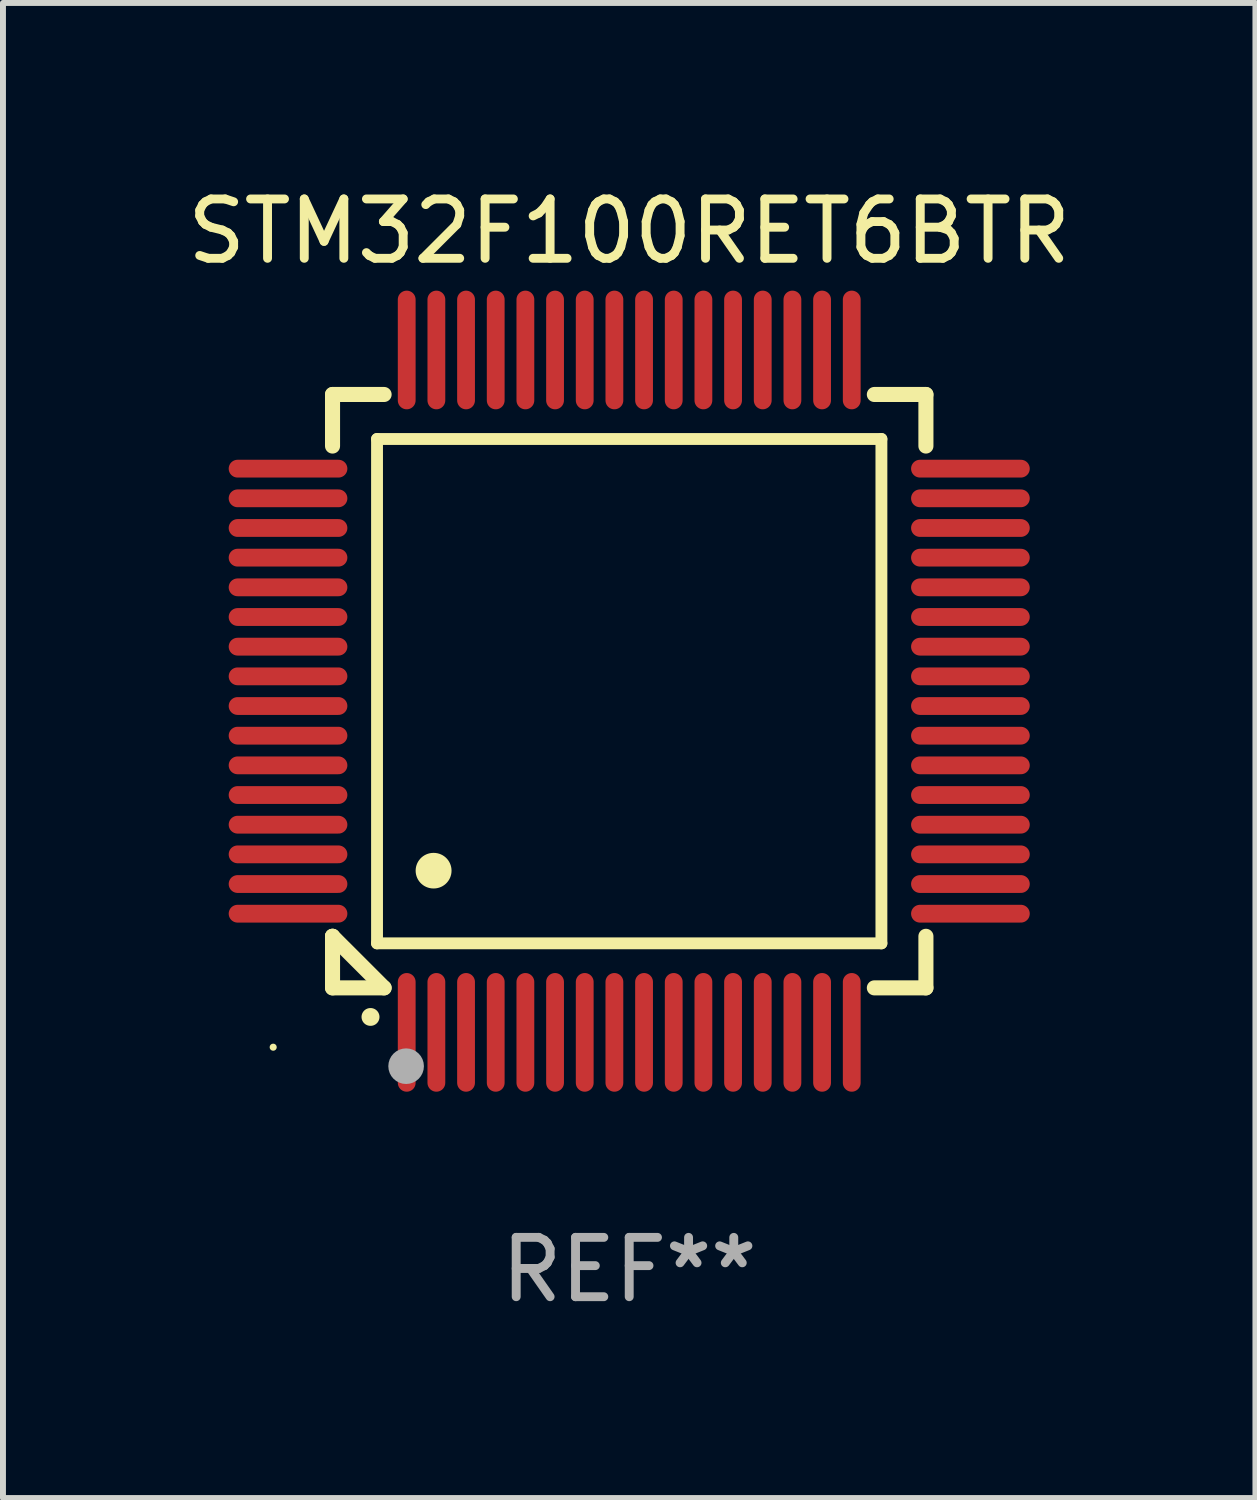
<source format=kicad_pcb>
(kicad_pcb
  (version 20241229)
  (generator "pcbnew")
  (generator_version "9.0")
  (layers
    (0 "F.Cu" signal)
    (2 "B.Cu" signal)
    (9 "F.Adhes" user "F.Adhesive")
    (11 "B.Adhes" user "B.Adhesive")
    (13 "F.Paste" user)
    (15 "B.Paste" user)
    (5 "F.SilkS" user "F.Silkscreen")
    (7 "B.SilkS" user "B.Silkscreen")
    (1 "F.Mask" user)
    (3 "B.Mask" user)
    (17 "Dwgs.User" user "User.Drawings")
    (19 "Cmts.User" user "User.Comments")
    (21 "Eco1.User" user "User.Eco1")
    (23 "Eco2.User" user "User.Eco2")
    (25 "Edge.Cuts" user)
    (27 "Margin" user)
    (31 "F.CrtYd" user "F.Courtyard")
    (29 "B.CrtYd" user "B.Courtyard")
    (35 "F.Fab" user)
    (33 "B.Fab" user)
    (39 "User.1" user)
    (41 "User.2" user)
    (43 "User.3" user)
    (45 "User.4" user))
  (footprint "STM32F100RET6BTR"
    (layer "F.Cu")
    (at 7.554 8.598)
    (property "Reference" "STM32F100RET6BTR" (at 0 -7.75 0) (layer "F.SilkS") (effects (font (size 1 1) (thickness 0.15))))
    (attr through_hole)
    (fp_line (start -5 -5) (end -4.131 -5) (stroke (width 0.254) (type solid)) (layer "F.SilkS"))
    (fp_line (start -5 -4.131) (end -5 -5) (stroke (width 0.254) (type solid)) (layer "F.SilkS"))
    (fp_line (start -5 4.131) (end -5 4.131) (stroke (width 0.254) (type solid)) (layer "F.SilkS"))
    (fp_line (start -5 5) (end -5 4.131) (stroke (width 0.254) (type solid)) (layer "F.SilkS"))
    (fp_line (start -5 4.131) (end -4.131 5) (stroke (width 0.254) (type solid)) (layer "F.SilkS"))
    (fp_line (start -4.25 -4.25) (end -4.25 4.25) (stroke (width 0.2) (type solid)) (layer "F.SilkS"))
    (fp_line (start -4.25 4.25) (end 4.25 4.25) (stroke (width 0.2) (type solid)) (layer "F.SilkS"))
    (fp_line (start -4.131 5) (end -5 5) (stroke (width 0.254) (type solid)) (layer "F.SilkS"))
    (fp_line (start 4.25 -4.25) (end -4.25 -4.25) (stroke (width 0.2) (type solid)) (layer "F.SilkS"))
    (fp_line (start 4.25 4.25) (end 4.25 -4.25) (stroke (width 0.2) (type solid)) (layer "F.SilkS"))
    (fp_line (start 5 -5) (end 4.131 -5) (stroke (width 0.254) (type solid)) (layer "F.SilkS"))
    (fp_line (start 5 -5) (end 5 -4.131) (stroke (width 0.254) (type solid)) (layer "F.SilkS"))
    (fp_line (start 5 4.131) (end 5 5) (stroke (width 0.254) (type solid)) (layer "F.SilkS"))
    (fp_line (start 5 5) (end 4.131 5) (stroke (width 0.254) (type solid)) (layer "F.SilkS"))
    (fp_arc (start -4.361265 5.489992) (mid -4.359995 5.489987) (end -4.358725 5.489992) (stroke (width 0.3) (type solid)) (layer "F.SilkS"))
    (fp_arc (start -3.299467 3.025146) (mid -3.296927 3.025135) (end -3.294387 3.025146) (stroke (width 0.6) (type solid)) (layer "F.SilkS"))
    (fp_circle (center -6 6) (end -5.97 6) (stroke (width 0.06) (type solid)) (fill no) (layer "F.SilkS"))
    (fp_circle (center -3.76 6.32) (end -3.61 6.32) (stroke (width 0.3) (type solid)) (fill no) (layer "F.Fab"))
    (fp_text user "REF**" (at 0 9.75 0) (layer "F.Fab") (effects (font (size 1 1) (thickness 0.15))))
    (pad "1" smd oval (at -3.75 5.75) (size 0.3 2) (layers "F.Cu" "F.Mask" "F.Paste"))
    (pad "2" smd oval (at -3.25 5.75) (size 0.3 2) (layers "F.Cu" "F.Mask" "F.Paste"))
    (pad "3" smd oval (at -2.75 5.75) (size 0.3 2) (layers "F.Cu" "F.Mask" "F.Paste"))
    (pad "4" smd oval (at -2.25 5.75) (size 0.3 2) (layers "F.Cu" "F.Mask" "F.Paste"))
    (pad "5" smd oval (at -1.75 5.75) (size 0.3 2) (layers "F.Cu" "F.Mask" "F.Paste"))
    (pad "6" smd oval (at -1.25 5.75) (size 0.3 2) (layers "F.Cu" "F.Mask" "F.Paste"))
    (pad "7" smd oval (at -0.75 5.75) (size 0.3 2) (layers "F.Cu" "F.Mask" "F.Paste"))
    (pad "8" smd oval (at -0.25 5.75) (size 0.3 2) (layers "F.Cu" "F.Mask" "F.Paste"))
    (pad "9" smd oval (at 0.25 5.75) (size 0.3 2) (layers "F.Cu" "F.Mask" "F.Paste"))
    (pad "10" smd oval (at 0.75 5.75) (size 0.3 2) (layers "F.Cu" "F.Mask" "F.Paste"))
    (pad "11" smd oval (at 1.25 5.75) (size 0.3 2) (layers "F.Cu" "F.Mask" "F.Paste"))
    (pad "12" smd oval (at 1.75 5.75) (size 0.3 2) (layers "F.Cu" "F.Mask" "F.Paste"))
    (pad "13" smd oval (at 2.25 5.75) (size 0.3 2) (layers "F.Cu" "F.Mask" "F.Paste"))
    (pad "14" smd oval (at 2.75 5.75) (size 0.3 2) (layers "F.Cu" "F.Mask" "F.Paste"))
    (pad "15" smd oval (at 3.25 5.75) (size 0.3 2) (layers "F.Cu" "F.Mask" "F.Paste"))
    (pad "16" smd oval (at 3.75 5.75) (size 0.3 2) (layers "F.Cu" "F.Mask" "F.Paste"))
    (pad "17" smd oval (at 5.75 3.75) (size 2 0.3) (layers "F.Cu" "F.Mask" "F.Paste"))
    (pad "18" smd oval (at 5.75 3.25) (size 2 0.3) (layers "F.Cu" "F.Mask" "F.Paste"))
    (pad "19" smd oval (at 5.75 2.75) (size 2 0.3) (layers "F.Cu" "F.Mask" "F.Paste"))
    (pad "20" smd oval (at 5.75 2.25) (size 2 0.3) (layers "F.Cu" "F.Mask" "F.Paste"))
    (pad "21" smd oval (at 5.75 1.75) (size 2 0.3) (layers "F.Cu" "F.Mask" "F.Paste"))
    (pad "22" smd oval (at 5.75 1.25) (size 2 0.3) (layers "F.Cu" "F.Mask" "F.Paste"))
    (pad "23" smd oval (at 5.75 0.75) (size 2 0.3) (layers "F.Cu" "F.Mask" "F.Paste"))
    (pad "24" smd oval (at 5.75 0.25) (size 2 0.3) (layers "F.Cu" "F.Mask" "F.Paste"))
    (pad "25" smd oval (at 5.75 -0.25) (size 2 0.3) (layers "F.Cu" "F.Mask" "F.Paste"))
    (pad "26" smd oval (at 5.75 -0.75) (size 2 0.3) (layers "F.Cu" "F.Mask" "F.Paste"))
    (pad "27" smd oval (at 5.75 -1.25) (size 2 0.3) (layers "F.Cu" "F.Mask" "F.Paste"))
    (pad "28" smd oval (at 5.75 -1.75) (size 2 0.3) (layers "F.Cu" "F.Mask" "F.Paste"))
    (pad "29" smd oval (at 5.75 -2.25) (size 2 0.3) (layers "F.Cu" "F.Mask" "F.Paste"))
    (pad "30" smd oval (at 5.75 -2.75) (size 2 0.3) (layers "F.Cu" "F.Mask" "F.Paste"))
    (pad "31" smd oval (at 5.75 -3.25) (size 2 0.3) (layers "F.Cu" "F.Mask" "F.Paste"))
    (pad "32" smd oval (at 5.75 -3.75) (size 2 0.3) (layers "F.Cu" "F.Mask" "F.Paste"))
    (pad "33" smd oval (at 3.75 -5.75) (size 0.3 2) (layers "F.Cu" "F.Mask" "F.Paste"))
    (pad "34" smd oval (at 3.25 -5.75) (size 0.3 2) (layers "F.Cu" "F.Mask" "F.Paste"))
    (pad "35" smd oval (at 2.75 -5.75) (size 0.3 2) (layers "F.Cu" "F.Mask" "F.Paste"))
    (pad "36" smd oval (at 2.25 -5.75) (size 0.3 2) (layers "F.Cu" "F.Mask" "F.Paste"))
    (pad "37" smd oval (at 1.75 -5.75) (size 0.3 2) (layers "F.Cu" "F.Mask" "F.Paste"))
    (pad "38" smd oval (at 1.25 -5.75) (size 0.3 2) (layers "F.Cu" "F.Mask" "F.Paste"))
    (pad "39" smd oval (at 0.75 -5.75) (size 0.3 2) (layers "F.Cu" "F.Mask" "F.Paste"))
    (pad "40" smd oval (at 0.25 -5.75) (size 0.3 2) (layers "F.Cu" "F.Mask" "F.Paste"))
    (pad "41" smd oval (at -0.25 -5.75) (size 0.3 2) (layers "F.Cu" "F.Mask" "F.Paste"))
    (pad "42" smd oval (at -0.75 -5.75) (size 0.3 2) (layers "F.Cu" "F.Mask" "F.Paste"))
    (pad "43" smd oval (at -1.25 -5.75) (size 0.3 2) (layers "F.Cu" "F.Mask" "F.Paste"))
    (pad "44" smd oval (at -1.75 -5.75) (size 0.3 2) (layers "F.Cu" "F.Mask" "F.Paste"))
    (pad "45" smd oval (at -2.25 -5.75) (size 0.3 2) (layers "F.Cu" "F.Mask" "F.Paste"))
    (pad "46" smd oval (at -2.75 -5.75) (size 0.3 2) (layers "F.Cu" "F.Mask" "F.Paste"))
    (pad "47" smd oval (at -3.25 -5.75) (size 0.3 2) (layers "F.Cu" "F.Mask" "F.Paste"))
    (pad "48" smd oval (at -3.75 -5.75) (size 0.3 2) (layers "F.Cu" "F.Mask" "F.Paste"))
    (pad "49" smd oval (at -5.75 -3.75) (size 2 0.3) (layers "F.Cu" "F.Mask" "F.Paste"))
    (pad "50" smd oval (at -5.75 -3.25) (size 2 0.3) (layers "F.Cu" "F.Mask" "F.Paste"))
    (pad "51" smd oval (at -5.75 -2.75) (size 2 0.3) (layers "F.Cu" "F.Mask" "F.Paste"))
    (pad "52" smd oval (at -5.75 -2.25) (size 2 0.3) (layers "F.Cu" "F.Mask" "F.Paste"))
    (pad "53" smd oval (at -5.75 -1.75) (size 2 0.3) (layers "F.Cu" "F.Mask" "F.Paste"))
    (pad "54" smd oval (at -5.75 -1.25) (size 2 0.3) (layers "F.Cu" "F.Mask" "F.Paste"))
    (pad "55" smd oval (at -5.75 -0.75) (size 2 0.3) (layers "F.Cu" "F.Mask" "F.Paste"))
    (pad "56" smd oval (at -5.75 -0.25) (size 2 0.3) (layers "F.Cu" "F.Mask" "F.Paste"))
    (pad "57" smd oval (at -5.75 0.25) (size 2 0.3) (layers "F.Cu" "F.Mask" "F.Paste"))
    (pad "58" smd oval (at -5.75 0.75) (size 2 0.3) (layers "F.Cu" "F.Mask" "F.Paste"))
    (pad "59" smd oval (at -5.75 1.25) (size 2 0.3) (layers "F.Cu" "F.Mask" "F.Paste"))
    (pad "60" smd oval (at -5.75 1.75) (size 2 0.3) (layers "F.Cu" "F.Mask" "F.Paste"))
    (pad "61" smd oval (at -5.75 2.25) (size 2 0.3) (layers "F.Cu" "F.Mask" "F.Paste"))
    (pad "62" smd oval (at -5.75 2.75) (size 2 0.3) (layers "F.Cu" "F.Mask" "F.Paste"))
    (pad "63" smd oval (at -5.75 3.25) (size 2 0.3) (layers "F.Cu" "F.Mask" "F.Paste"))
    (pad "64" smd oval (at -5.75 3.75) (size 2 0.3) (layers "F.Cu" "F.Mask" "F.Paste")))
  (gr_rect
    (start -3 -3)
    (end 18.107 22.196)
    (stroke (width 0.1) (type default))
    (fill no)
    (layer "Edge.Cuts")))
</source>
